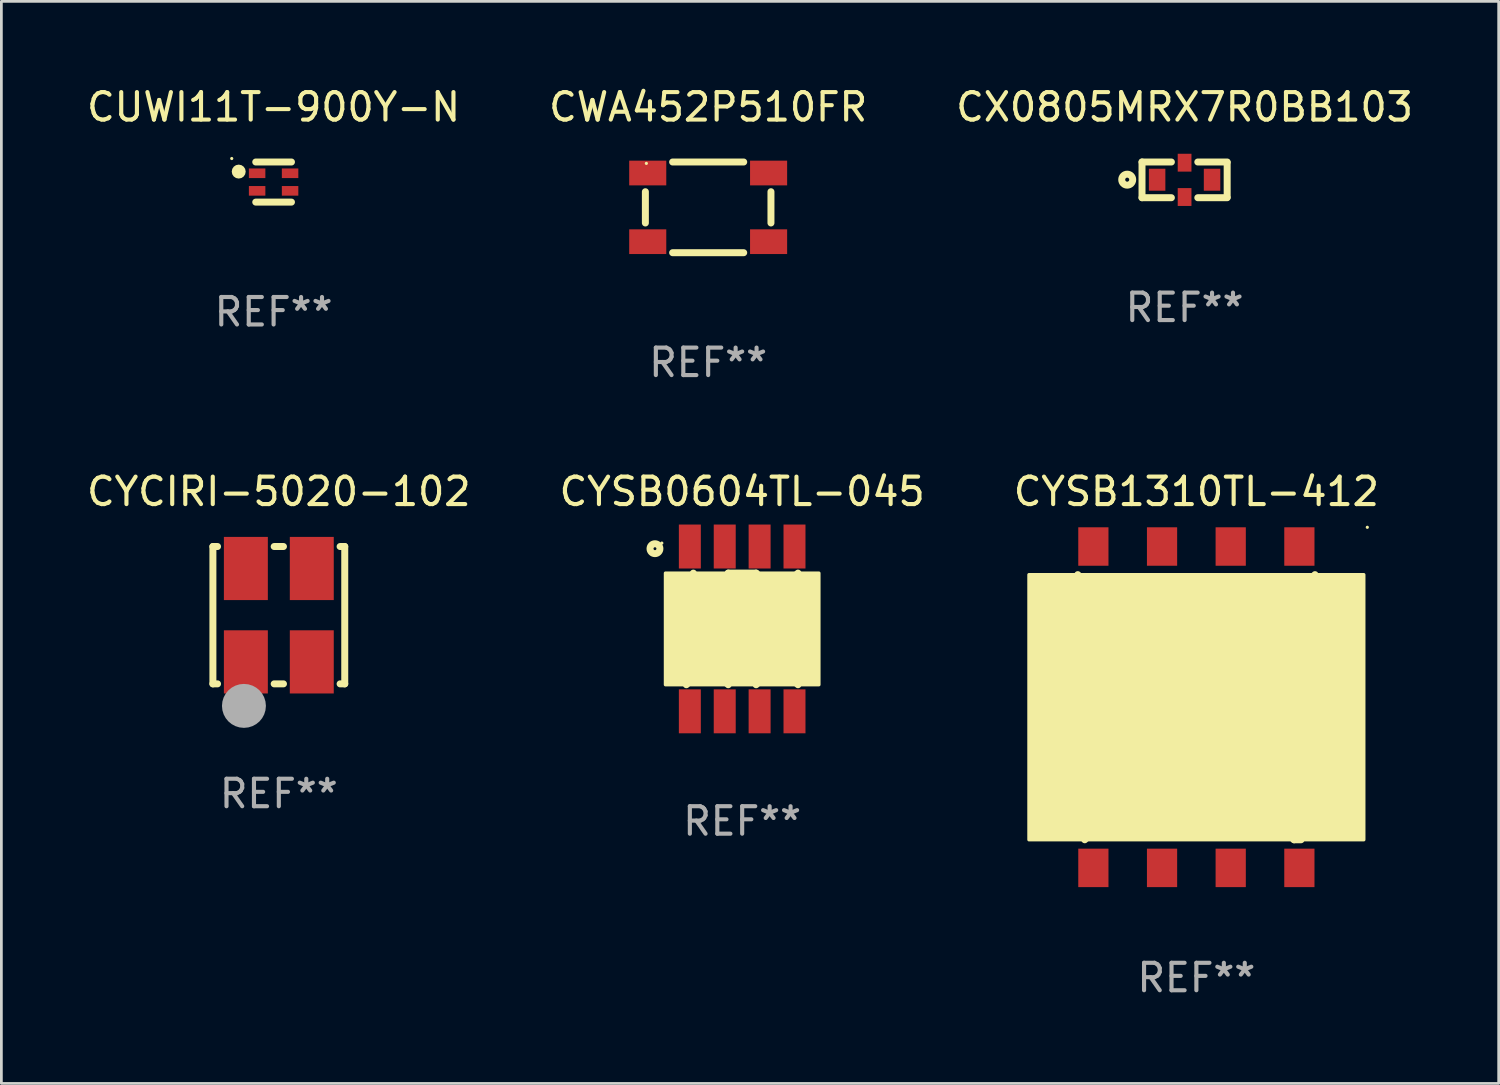
<source format=kicad_pcb>
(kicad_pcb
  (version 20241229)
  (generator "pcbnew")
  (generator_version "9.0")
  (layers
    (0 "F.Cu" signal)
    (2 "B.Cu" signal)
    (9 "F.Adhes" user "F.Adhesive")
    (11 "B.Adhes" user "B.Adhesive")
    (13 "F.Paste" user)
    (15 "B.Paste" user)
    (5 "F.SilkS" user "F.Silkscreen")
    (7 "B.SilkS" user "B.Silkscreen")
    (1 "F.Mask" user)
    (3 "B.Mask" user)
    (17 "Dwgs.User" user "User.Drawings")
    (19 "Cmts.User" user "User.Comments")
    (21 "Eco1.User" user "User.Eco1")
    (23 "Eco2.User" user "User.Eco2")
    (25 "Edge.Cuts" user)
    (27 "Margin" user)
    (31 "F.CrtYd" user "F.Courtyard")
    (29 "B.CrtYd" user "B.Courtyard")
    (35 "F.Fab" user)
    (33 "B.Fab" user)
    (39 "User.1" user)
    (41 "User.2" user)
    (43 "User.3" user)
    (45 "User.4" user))
  (footprint "CX0805MRX7R0BB103"
    (layer "F.Cu")
    (at 40.077 3.498)
    (property "Reference" "CX0805MRX7R0BB103" (at 0 -2.65 0) (layer "F.SilkS") (effects (font (size 1 1) (thickness 0.15))))
    (attr through_hole)
    (fp_line (start -1.55 -0.65) (end -0.481 -0.65) (stroke (width 0.254) (type solid)) (layer "F.SilkS"))
    (fp_line (start -1.55 0.65) (end -1.55 -0.65) (stroke (width 0.254) (type solid)) (layer "F.SilkS"))
    (fp_line (start -1.55 0.65) (end -0.481 0.65) (stroke (width 0.254) (type solid)) (layer "F.SilkS"))
    (fp_line (start 0.481 -0.65) (end 1.55 -0.65) (stroke (width 0.254) (type solid)) (layer "F.SilkS"))
    (fp_line (start 0.481 0.65) (end 1.55 0.65) (stroke (width 0.254) (type solid)) (layer "F.SilkS"))
    (fp_line (start 1.55 -0.63) (end 1.55 0.63) (stroke (width 0.254) (type solid)) (layer "F.SilkS"))
    (fp_circle (center -2.089 -0.007) (end -1.889 -0.007) (stroke (width 0.254) (type solid)) (fill no) (layer "F.SilkS"))
    (fp_circle (center -1 -0.63) (end -0.97 -0.63) (stroke (width 0.06) (type solid)) (fill no) (layer "F.SilkS"))
    (fp_text user "REF**" (at 0 4.65 0) (layer "F.Fab") (effects (font (size 1 1) (thickness 0.15))))
    (pad "1" smd rect (at -1 -0.005 90) (size 0.8 0.6) (layers "F.Cu" "F.Mask" "F.Paste"))
    (pad "2" smd rect (at 0 0.625 90) (size 0.65 0.5) (layers "F.Cu" "F.Mask" "F.Paste"))
    (pad "3" smd rect (at 1 -0.005 90) (size 0.8 0.6) (layers "F.Cu" "F.Mask" "F.Paste"))
    (pad "4" smd rect (at 0 -0.625 90) (size 0.65 0.5) (layers "F.Cu" "F.Mask" "F.Paste")))
  (footprint "CWA452P510FR"
    (layer "F.Cu")
    (at 22.732 4.499)
    (property "Reference" "CWA452P510FR" (at 0 -3.651 0) (layer "F.SilkS") (effects (font (size 1 1) (thickness 0.15))))
    (attr through_hole)
    (fp_line (start -2.286 -0.569) (end -2.286 0.569) (stroke (width 0.254) (type solid)) (layer "F.SilkS"))
    (fp_line (start -1.294 -1.651) (end 1.294 -1.651) (stroke (width 0.254) (type solid)) (layer "F.SilkS"))
    (fp_line (start 1.294 1.651) (end -1.294 1.651) (stroke (width 0.254) (type solid)) (layer "F.SilkS"))
    (fp_line (start 2.286 -0.569) (end 2.286 0.569) (stroke (width 0.254) (type solid)) (layer "F.SilkS"))
    (fp_circle (center -2.25 -1.6) (end -2.22 -1.6) (stroke (width 0.06) (type solid)) (fill no) (layer "F.SilkS"))
    (fp_text user "REF**" (at 0 5.651 0) (layer "F.Fab") (effects (font (size 1 1) (thickness 0.15))))
    (pad "1" smd rect (at -2.2 -1.25) (size 1.35 0.9) (layers "F.Cu" "F.Mask" "F.Paste"))
    (pad "2" smd rect (at -2.2 1.25) (size 1.35 0.9) (layers "F.Cu" "F.Mask" "F.Paste"))
    (pad "3" smd rect (at 2.2 1.25) (size 1.35 0.9) (layers "F.Cu" "F.Mask" "F.Paste"))
    (pad "4" smd rect (at 2.2 -1.25) (size 1.35 0.9) (layers "F.Cu" "F.Mask" "F.Paste")))
  (footprint "CUWI11T-900Y-N"
    (layer "F.Cu")
    (at 6.911 3.578)
    (property "Reference" "CUWI11T-900Y-N" (at 0 -2.73 0) (layer "F.SilkS") (effects (font (size 1 1) (thickness 0.15))))
    (attr through_hole)
    (fp_line (start 0.65 -0.73) (end -0.65 -0.73) (stroke (width 0.254) (type solid)) (layer "F.SilkS"))
    (fp_line (start 0.65 0.73) (end -0.65 0.73) (stroke (width 0.254) (type solid)) (layer "F.SilkS"))
    (fp_circle (center -1.524 -0.857) (end -1.494 -0.857) (stroke (width 0.06) (type solid)) (fill no) (layer "F.SilkS"))
    (fp_circle (center -1.27 -0.381) (end -1.143 -0.381) (stroke (width 0.254) (type solid)) (fill no) (layer "F.SilkS"))
    (fp_text user "REF**" (at 0 4.73 0) (layer "F.Fab") (effects (font (size 1 1) (thickness 0.15))))
    (pad "1" smd rect (at -0.6 -0.32 90) (size 0.35 0.6) (layers "F.Cu" "F.Mask" "F.Paste"))
    (pad "2" smd rect (at 0.6 -0.32 270) (size 0.35 0.6) (layers "F.Cu" "F.Mask" "F.Paste"))
    (pad "3" smd rect (at 0.6 0.32 270) (size 0.35 0.6) (layers "F.Cu" "F.Mask" "F.Paste"))
    (pad "4" smd rect (at -0.6 0.32 90) (size 0.35 0.6) (layers "F.Cu" "F.Mask" "F.Paste")))
  (footprint "CYSB0604TL-045"
    (layer "F.Cu")
    (at 23.97 19.847)
    (property "Reference" "CYSB0604TL-045" (at 0 -5 0) (layer "F.SilkS") (effects (font (size 1 1) (thickness 0.15))))
    (attr through_hole)
    (fp_line (start -1.778 -2.032) (end -1.778 -1.778) (stroke (width 0.254) (type solid)) (layer "F.SilkS"))
    (fp_line (start -1.778 -1.778) (end -1.27 -1.27) (stroke (width 0.254) (type solid)) (layer "F.SilkS"))
    (fp_line (start -1.27 -1.27) (end -1.016 -1.27) (stroke (width 0.254) (type solid)) (layer "F.SilkS"))
    (fp_line (start -1.27 1.27) (end -2.032 2.032) (stroke (width 0.254) (type solid)) (layer "F.SilkS"))
    (fp_line (start -1.27 1.27) (end -0.508 2.032) (stroke (width 0.254) (type solid)) (layer "F.SilkS"))
    (fp_line (start -1.016 -1.27) (end -0.508 -1.778) (stroke (width 0.254) (type solid)) (layer "F.SilkS"))
    (fp_line (start -0.508 -2.032) (end 0.508 -2.032) (stroke (width 0.254) (type solid)) (layer "F.SilkS"))
    (fp_line (start -0.508 -1.778) (end -0.508 -2.032) (stroke (width 0.254) (type solid)) (layer "F.SilkS"))
    (fp_line (start 0.508 -2.032) (end 1.27 -1.27) (stroke (width 0.254) (type solid)) (layer "F.SilkS"))
    (fp_line (start 0.508 2.032) (end 1.27 1.27) (stroke (width 0.254) (type solid)) (layer "F.SilkS"))
    (fp_line (start 1.27 -1.27) (end 2.032 -2.032) (stroke (width 0.254) (type solid)) (layer "F.SilkS"))
    (fp_line (start 1.27 1.27) (end 2.032 2.032) (stroke (width 0.254) (type solid)) (layer "F.SilkS"))
    (fp_circle (center -3.175 -2.921) (end -2.995 -2.921) (stroke (width 0.254) (type solid)) (fill no) (layer "F.SilkS"))
    (fp_circle (center -2.925 -3.125) (end -2.895 -3.125) (stroke (width 0.06) (type solid)) (fill no) (layer "F.SilkS"))
    (fp_poly (pts (xy -2.794 -2.032) (xy 2.794 -2.032) (xy 2.794 2.032) (xy -2.794 2.032)) (stroke (width 0.12) (type solid)) (fill yes) (layer "F.SilkS"))
    (fp_poly (pts (xy -2.286 -1.27) (xy 2.286 -1.27) (xy 2.286 1.27) (xy -2.286 1.27)) (stroke (width 0.12) (type solid)) (fill yes) (layer "F.SilkS"))
    (fp_text user "REF**" (at 0 7 0) (layer "F.Fab") (effects (font (size 1 1) (thickness 0.15))))
    (pad "1" smd rect (at -1.905 -3) (size 0.8 1.6) (layers "F.Cu" "F.Mask" "F.Paste"))
    (pad "2" smd rect (at -0.635 -3) (size 0.8 1.6) (layers "F.Cu" "F.Mask" "F.Paste"))
    (pad "3" smd rect (at 0.635 -3) (size 0.8 1.6) (layers "F.Cu" "F.Mask" "F.Paste"))
    (pad "4" smd rect (at 1.905 -3) (size 0.8 1.6) (layers "F.Cu" "F.Mask" "F.Paste"))
    (pad "5" smd rect (at 1.905 3) (size 0.8 1.6) (layers "F.Cu" "F.Mask" "F.Paste"))
    (pad "6" smd rect (at 0.635 3) (size 0.8 1.6) (layers "F.Cu" "F.Mask" "F.Paste"))
    (pad "7" smd rect (at -0.635 3) (size 0.8 1.6) (layers "F.Cu" "F.Mask" "F.Paste"))
    (pad "8" smd rect (at -1.905 3) (size 0.8 1.6) (layers "F.Cu" "F.Mask" "F.Paste")))
  (footprint "CYSB1310TL-412"
    (layer "F.Cu")
    (at 40.506 22.697)
    (property "Reference" "CYSB1310TL-412" (at 0 -7.85 0) (layer "F.SilkS") (effects (font (size 1 1) (thickness 0.15))))
    (attr through_hole)
    (fp_line (start -4.064 4.826) (end -2.794 3.556) (stroke (width 0.254) (type solid)) (layer "F.SilkS"))
    (fp_line (start -3.048 -3.556) (end -4.318 -4.826) (stroke (width 0.254) (type solid)) (layer "F.SilkS"))
    (fp_line (start 3.048 -3.556) (end 4.318 -4.826) (stroke (width 0.254) (type solid)) (layer "F.SilkS"))
    (fp_line (start 3.556 4.826) (end 2.54 3.81) (stroke (width 0.254) (type solid)) (layer "F.SilkS"))
    (fp_line (start 3.81 4.826) (end 3.556 4.826) (stroke (width 0.254) (type solid)) (layer "F.SilkS"))
    (fp_arc (start 3.177547 3.177546) (mid 3.238862 3.111897) (end 3.302007 3.048006) (stroke (width 0.254001) (type solid)) (layer "F.SilkS"))
    (fp_circle (center 6.223 -6.55) (end 6.253 -6.55) (stroke (width 0.06) (type solid)) (fill no) (layer "F.SilkS"))
    (fp_poly (pts (xy -6.096 -4.826) (xy 6.096 -4.826) (xy 6.096 4.826) (xy -6.096 4.826)) (stroke (width 0.12) (type solid)) (fill yes) (layer "F.SilkS"))
    (fp_text user "REF**" (at 0 9.85 0) (layer "F.Fab") (effects (font (size 1 1) (thickness 0.15))))
    (pad "1" smd rect (at 3.75 -5.85) (size 1.1 1.4) (layers "F.Cu" "F.Mask" "F.Paste"))
    (pad "2" smd rect (at 1.25 -5.85) (size 1.1 1.4) (layers "F.Cu" "F.Mask" "F.Paste"))
    (pad "3" smd rect (at -1.25 -5.85) (size 1.1 1.4) (layers "F.Cu" "F.Mask" "F.Paste"))
    (pad "4" smd rect (at -3.75 -5.85) (size 1.1 1.4) (layers "F.Cu" "F.Mask" "F.Paste"))
    (pad "5" smd rect (at -3.75 5.85) (size 1.1 1.4) (layers "F.Cu" "F.Mask" "F.Paste"))
    (pad "6" smd rect (at -1.25 5.85) (size 1.1 1.4) (layers "F.Cu" "F.Mask" "F.Paste"))
    (pad "7" smd rect (at 1.25 5.85) (size 1.1 1.4) (layers "F.Cu" "F.Mask" "F.Paste"))
    (pad "8" smd rect (at 3.75 5.85) (size 1.1 1.4) (layers "F.Cu" "F.Mask" "F.Paste")))
  (footprint "CYCIRI-5020-102"
    (layer "F.Cu")
    (at 7.101 19.347)
    (property "Reference" "CYCIRI-5020-102" (at 0 -4.5 0) (layer "F.SilkS") (effects (font (size 1 1) (thickness 0.15))))
    (attr through_hole)
    (fp_line (start -2.4 -2.5) (end -2.231 -2.5) (stroke (width 0.254) (type solid)) (layer "F.SilkS"))
    (fp_line (start -2.4 2.5) (end -2.4 -2.5) (stroke (width 0.254) (type solid)) (layer "F.SilkS"))
    (fp_line (start -2.4 2.5) (end -2.231 2.5) (stroke (width 0.254) (type solid)) (layer "F.SilkS"))
    (fp_line (start -0.169 -2.5) (end 0.169 -2.5) (stroke (width 0.254) (type solid)) (layer "F.SilkS"))
    (fp_line (start -0.169 2.5) (end 0.169 2.5) (stroke (width 0.254) (type solid)) (layer "F.SilkS"))
    (fp_line (start 2.231 -2.5) (end 2.4 -2.5) (stroke (width 0.254) (type solid)) (layer "F.SilkS"))
    (fp_line (start 2.231 2.5) (end 2.4 2.5) (stroke (width 0.254) (type solid)) (layer "F.SilkS"))
    (fp_line (start 2.4 2.5) (end 2.4 -2.5) (stroke (width 0.254) (type solid)) (layer "F.SilkS"))
    (fp_circle (center -2.4 2.5) (end -2.37 2.5) (stroke (width 0.06) (type solid)) (fill no) (layer "F.SilkS"))
    (fp_circle (center -1.27 3.302) (end -0.87 3.302) (stroke (width 0.8) (type solid)) (fill no) (layer "F.Fab"))
    (fp_text user "REF**" (at 0 6.5 0) (layer "F.Fab") (effects (font (size 1 1) (thickness 0.15))))
    (pad "1" smd rect (at -1.2 1.7 180) (size 1.6 2.3) (layers "F.Cu" "F.Mask" "F.Paste"))
    (pad "2" smd rect (at 1.2 1.7 180) (size 1.6 2.3) (layers "F.Cu" "F.Mask" "F.Paste"))
    (pad "3" smd rect (at 1.2 -1.7 180) (size 1.6 2.3) (layers "F.Cu" "F.Mask" "F.Paste"))
    (pad "4" smd rect (at -1.2 -1.7 180) (size 1.6 2.3) (layers "F.Cu" "F.Mask" "F.Paste")))
  (gr_rect
    (start -3 -3)
    (end 51.512 36.395)
    (stroke (width 0.1) (type default))
    (fill no)
    (layer "Edge.Cuts")))
</source>
